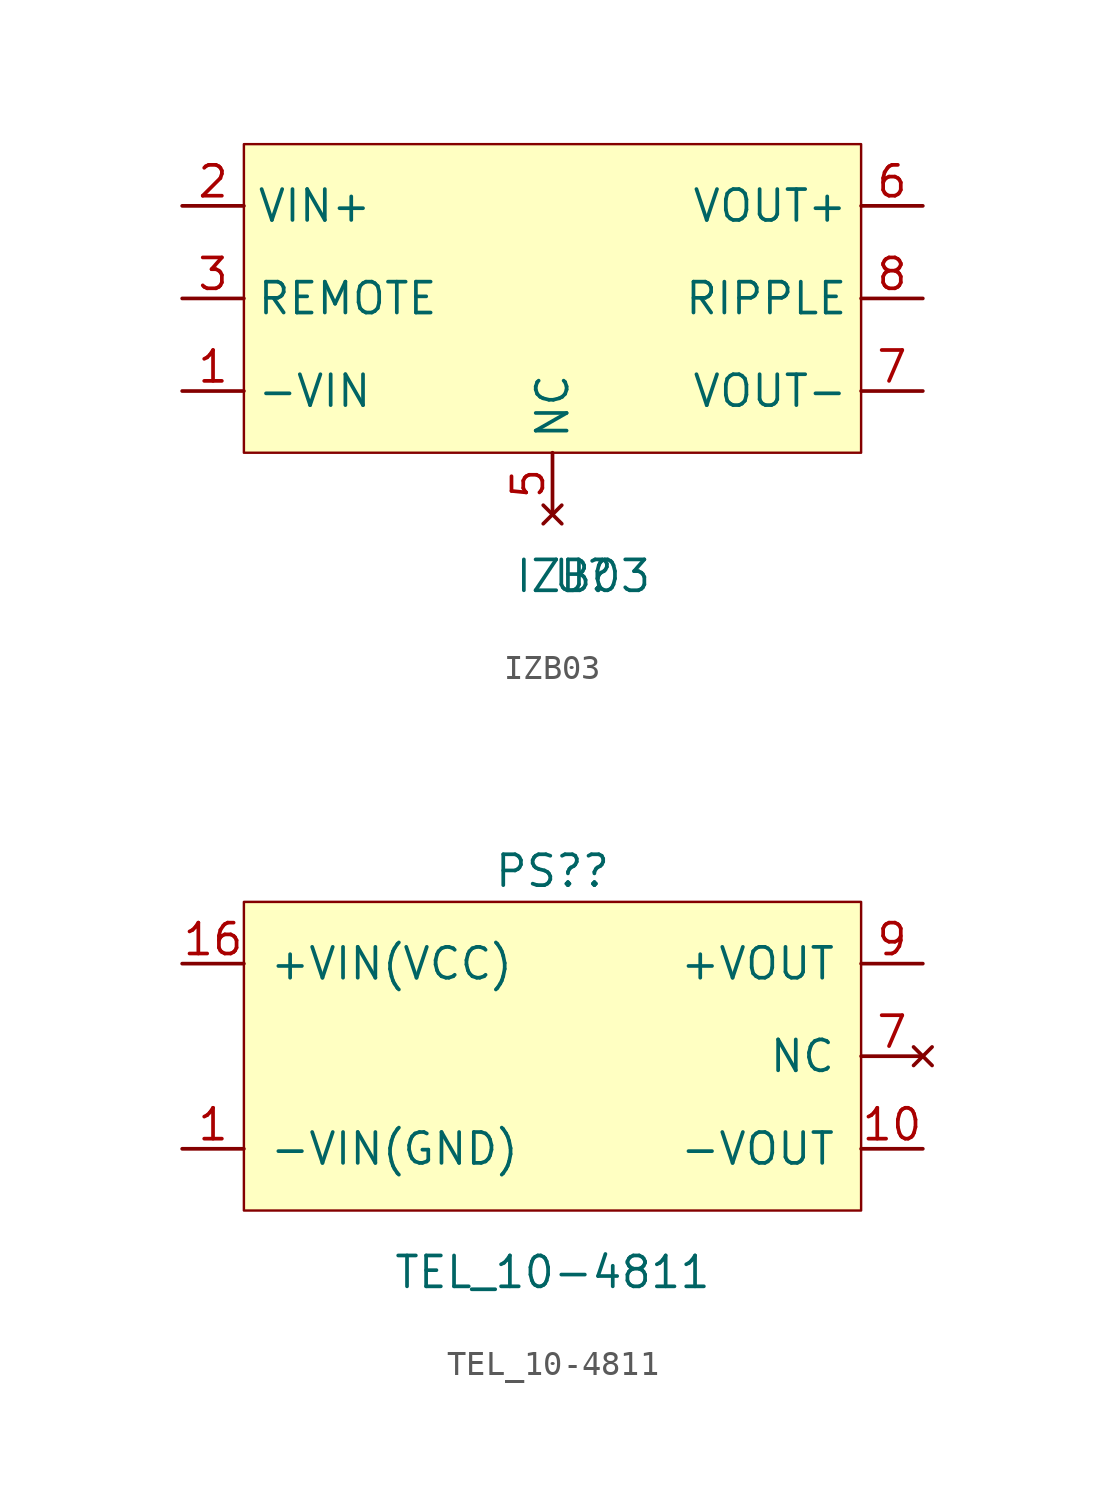
<source format=kicad_sym>
(kicad_symbol_lib
  (version 20211014)
  (generator kicad_symbol_editor)
  (symbol "IZB03"
    (property "Reference" "U"
      (at 1.27 -11.43 0)
      (effects (font (size 1.27 1.27))))
    (property "Value" "IZB03"
      (at 1.27 -11.43 0)
      (effects (font (size 1.27 1.27))))
    (symbol "IZB03_0_0"
      (pin power_in line (at -15.24 -3.81 0) (length 2.54) (name "-VIN" (effects (font (size 1.27 1.27)))) (number "1" (effects (font (size 1.27 1.27)))))
      (pin power_in line (at -15.24 3.81 0) (length 2.54) (name "VIN+" (effects (font (size 1.27 1.27)))) (number "2" (effects (font (size 1.27 1.27)))))
      (pin input line (at -15.24 0 0) (length 2.54) (name "REMOTE" (effects (font (size 1.27 1.27)))) (number "3" (effects (font (size 1.27 1.27)))))
      (pin no_connect line (at 0 -8.89 90) (length 2.54) (name "NC" (effects (font (size 1.27 1.27)))) (number "5" (effects (font (size 1.27 1.27)))))
      (pin power_out line (at 15.24 3.81 180) (length 2.54) (name "VOUT+" (effects (font (size 1.27 1.27)))) (number "6" (effects (font (size 1.27 1.27)))))
      (pin power_out line (at 15.24 -3.81 180) (length 2.54) (name "VOUT-" (effects (font (size 1.27 1.27)))) (number "7" (effects (font (size 1.27 1.27)))))
      (pin input line (at 15.24 0 180) (length 2.54) (name "RIPPLE" (effects (font (size 1.27 1.27)))) (number "8" (effects (font (size 1.27 1.27))))))
    (symbol "IZB03_0_1"
      (rectangle (start -12.7 6.35) (end 12.7 -6.35) (stroke (width 0.1) (type default) (color 0 0 0 0)) (fill (type background)))))
  (symbol "TEL_10-4811"
    (pin_names
      (offset 1.016))
    (property "Reference" "PS?"
      (at 0 7.62 0)
      (effects (font (size 1.27 1.27))))
    (property "Value" "TEL_10-4811"
      (at 0 -8.89 0)
      (effects (font (size 1.27 1.27))))
    (symbol "TEL_10-4811_0_0"
      (rectangle (start -12.7 6.35) (end 12.7 -6.35) (stroke (width 0.1) (type default) (color 0 0 0 0)) (fill (type background)))
      (pin power_in line (at -15.24 -3.81 0) (length 2.54) (name "-VIN(GND)" (effects (font (size 1.27 1.27)))) (number "1" (effects (font (size 1.27 1.27)))))
      (pin power_out line (at 15.24 -3.81 180) (length 2.54) (name "-VOUT" (effects (font (size 1.27 1.27)))) (number "10" (effects (font (size 1.27 1.27)))))
      (pin power_in line (at -15.24 3.81 0) (length 2.54) (name "+VIN(VCC)" (effects (font (size 1.27 1.27)))) (number "16" (effects (font (size 1.27 1.27)))))
      (pin no_connect line (at 15.24 0 180) (length 2.54) (name "NC" (effects (font (size 1.27 1.27)))) (number "7" (effects (font (size 1.27 1.27)))))
      (pin no_connect line (at 15.24 0 180) (length 2.54) hide (name "NC" (effects (font (size 1.27 1.27)))) (number "8" (effects (font (size 1.27 1.27)))))
      (pin power_out line (at 15.24 3.81 180) (length 2.54) (name "+VOUT" (effects (font (size 1.27 1.27)))) (number "9" (effects (font (size 1.27 1.27))))))))
</source>
